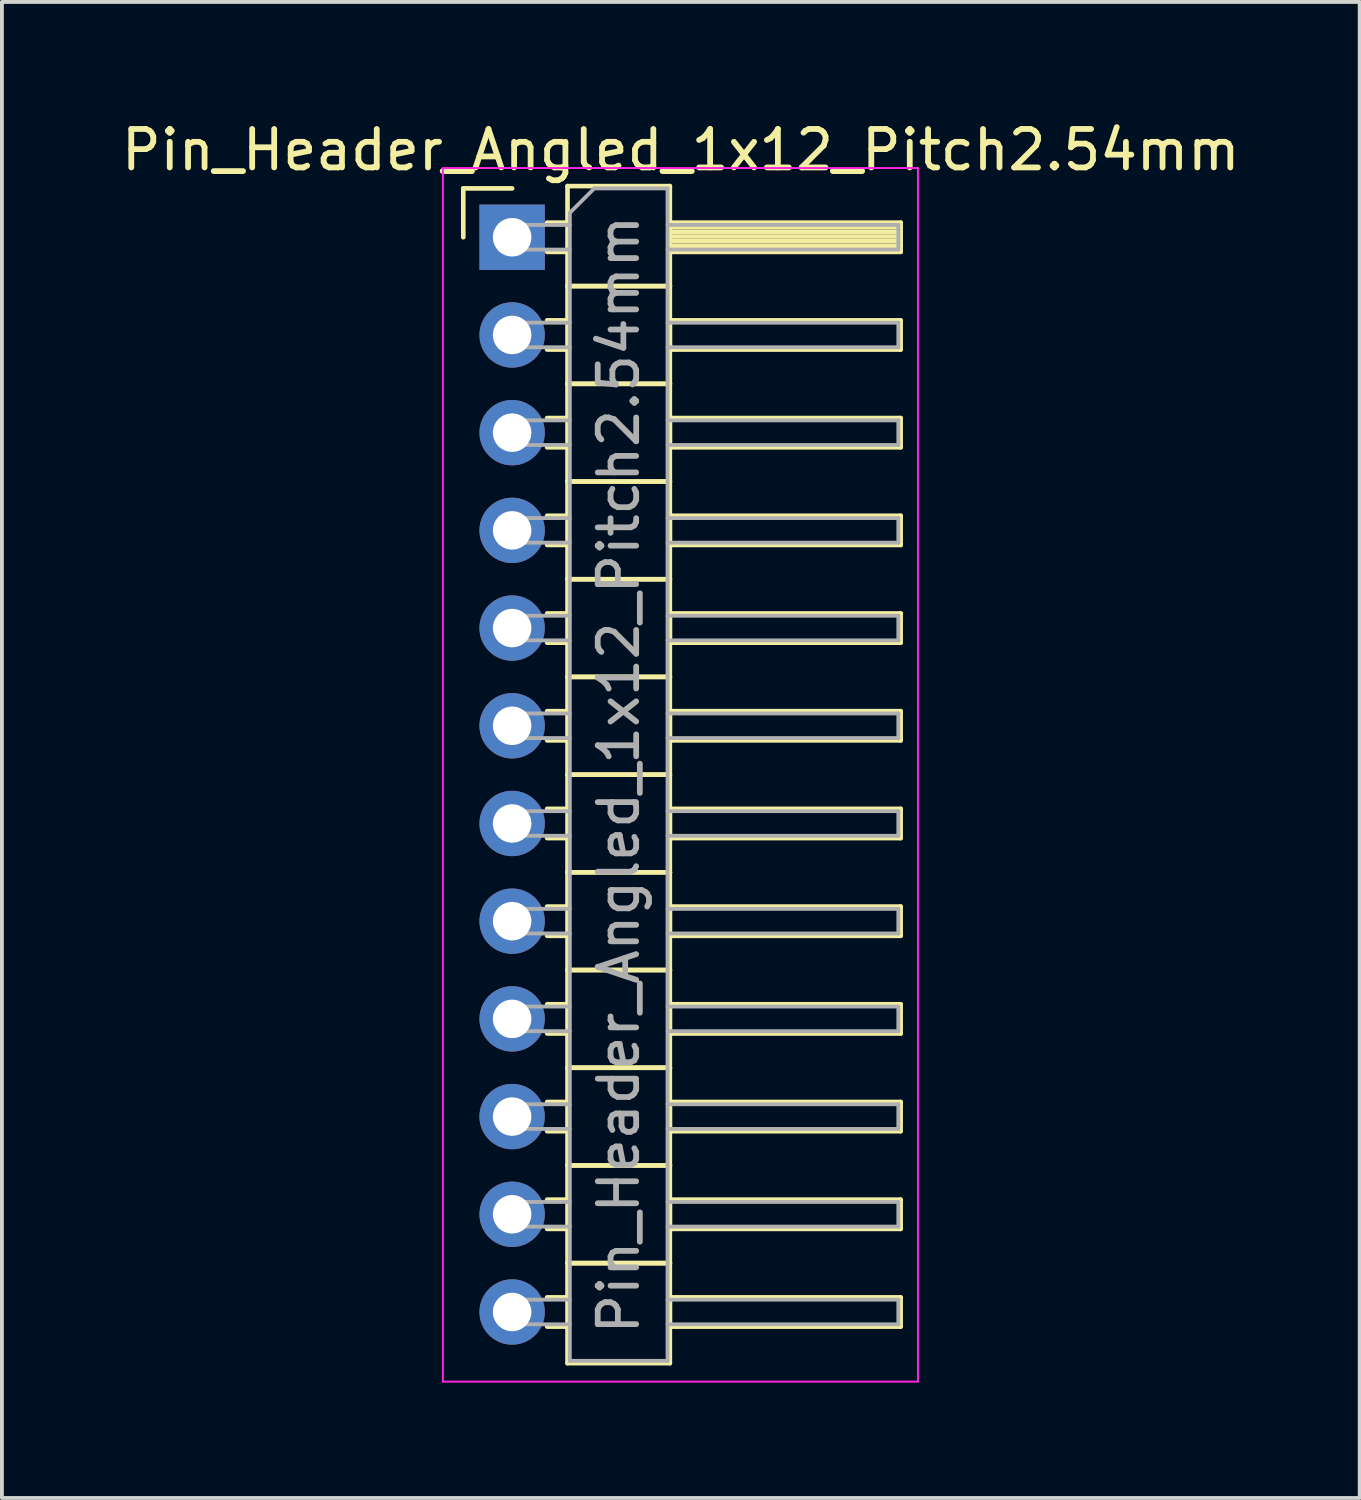
<source format=kicad_pcb>
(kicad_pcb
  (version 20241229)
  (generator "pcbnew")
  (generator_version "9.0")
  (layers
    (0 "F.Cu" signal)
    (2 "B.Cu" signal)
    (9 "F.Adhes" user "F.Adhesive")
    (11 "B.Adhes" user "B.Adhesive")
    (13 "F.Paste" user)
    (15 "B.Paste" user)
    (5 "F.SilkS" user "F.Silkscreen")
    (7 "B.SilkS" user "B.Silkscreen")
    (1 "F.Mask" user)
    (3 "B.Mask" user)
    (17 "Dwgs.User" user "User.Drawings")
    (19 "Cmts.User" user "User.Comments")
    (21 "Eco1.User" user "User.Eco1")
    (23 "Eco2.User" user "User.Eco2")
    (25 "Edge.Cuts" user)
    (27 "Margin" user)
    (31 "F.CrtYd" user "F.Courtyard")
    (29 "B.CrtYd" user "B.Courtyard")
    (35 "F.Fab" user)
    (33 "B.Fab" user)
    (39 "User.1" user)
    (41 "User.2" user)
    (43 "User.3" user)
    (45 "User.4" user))
  (footprint "Pin_Header_Angled_1x12_Pitch2.54mm"
    (layer "F.Cu")
    (at 10.264 3.118)
    (property "Reference" "Pin_Header_Angled_1x12_Pitch2.54mm" (at 4.385 -2.27 0) (layer "F.SilkS") (effects (font (size 1 1) (thickness 0.15))))
    (attr through_hole)
    (fp_line (start -1.27 -1.27) (end 0 -1.27) (stroke (width 0.12) (type solid)) (layer "F.SilkS"))
    (fp_line (start -1.27 0) (end -1.27 -1.27) (stroke (width 0.12) (type solid)) (layer "F.SilkS"))
    (fp_line (start 0.91 -0.38) (end 1.44 -0.38) (stroke (width 0.12) (type solid)) (layer "F.SilkS"))
    (fp_line (start 0.91 0.38) (end 1.44 0.38) (stroke (width 0.12) (type solid)) (layer "F.SilkS"))
    (fp_line (start 0.91 2.16) (end 1.44 2.16) (stroke (width 0.12) (type solid)) (layer "F.SilkS"))
    (fp_line (start 0.91 2.92) (end 1.44 2.92) (stroke (width 0.12) (type solid)) (layer "F.SilkS"))
    (fp_line (start 0.91 4.7) (end 1.44 4.7) (stroke (width 0.12) (type solid)) (layer "F.SilkS"))
    (fp_line (start 0.91 5.46) (end 1.44 5.46) (stroke (width 0.12) (type solid)) (layer "F.SilkS"))
    (fp_line (start 0.91 7.24) (end 1.44 7.24) (stroke (width 0.12) (type solid)) (layer "F.SilkS"))
    (fp_line (start 0.91 8) (end 1.44 8) (stroke (width 0.12) (type solid)) (layer "F.SilkS"))
    (fp_line (start 0.91 9.78) (end 1.44 9.78) (stroke (width 0.12) (type solid)) (layer "F.SilkS"))
    (fp_line (start 0.91 10.54) (end 1.44 10.54) (stroke (width 0.12) (type solid)) (layer "F.SilkS"))
    (fp_line (start 0.91 12.32) (end 1.44 12.32) (stroke (width 0.12) (type solid)) (layer "F.SilkS"))
    (fp_line (start 0.91 13.08) (end 1.44 13.08) (stroke (width 0.12) (type solid)) (layer "F.SilkS"))
    (fp_line (start 0.91 14.86) (end 1.44 14.86) (stroke (width 0.12) (type solid)) (layer "F.SilkS"))
    (fp_line (start 0.91 15.62) (end 1.44 15.62) (stroke (width 0.12) (type solid)) (layer "F.SilkS"))
    (fp_line (start 0.91 17.4) (end 1.44 17.4) (stroke (width 0.12) (type solid)) (layer "F.SilkS"))
    (fp_line (start 0.91 18.16) (end 1.44 18.16) (stroke (width 0.12) (type solid)) (layer "F.SilkS"))
    (fp_line (start 0.91 19.94) (end 1.44 19.94) (stroke (width 0.12) (type solid)) (layer "F.SilkS"))
    (fp_line (start 0.91 20.7) (end 1.44 20.7) (stroke (width 0.12) (type solid)) (layer "F.SilkS"))
    (fp_line (start 0.91 22.48) (end 1.44 22.48) (stroke (width 0.12) (type solid)) (layer "F.SilkS"))
    (fp_line (start 0.91 23.24) (end 1.44 23.24) (stroke (width 0.12) (type solid)) (layer "F.SilkS"))
    (fp_line (start 0.91 25.02) (end 1.44 25.02) (stroke (width 0.12) (type solid)) (layer "F.SilkS"))
    (fp_line (start 0.91 25.78) (end 1.44 25.78) (stroke (width 0.12) (type solid)) (layer "F.SilkS"))
    (fp_line (start 0.91 27.56) (end 1.44 27.56) (stroke (width 0.12) (type solid)) (layer "F.SilkS"))
    (fp_line (start 0.91 28.32) (end 1.44 28.32) (stroke (width 0.12) (type solid)) (layer "F.SilkS"))
    (fp_line (start 1.44 -1.33) (end 1.44 1.27) (stroke (width 0.12) (type solid)) (layer "F.SilkS"))
    (fp_line (start 1.44 1.27) (end 1.44 3.81) (stroke (width 0.12) (type solid)) (layer "F.SilkS"))
    (fp_line (start 1.44 1.27) (end 4.1 1.27) (stroke (width 0.12) (type solid)) (layer "F.SilkS"))
    (fp_line (start 1.44 3.81) (end 1.44 6.35) (stroke (width 0.12) (type solid)) (layer "F.SilkS"))
    (fp_line (start 1.44 3.81) (end 4.1 3.81) (stroke (width 0.12) (type solid)) (layer "F.SilkS"))
    (fp_line (start 1.44 6.35) (end 1.44 8.89) (stroke (width 0.12) (type solid)) (layer "F.SilkS"))
    (fp_line (start 1.44 6.35) (end 4.1 6.35) (stroke (width 0.12) (type solid)) (layer "F.SilkS"))
    (fp_line (start 1.44 8.89) (end 1.44 11.43) (stroke (width 0.12) (type solid)) (layer "F.SilkS"))
    (fp_line (start 1.44 8.89) (end 4.1 8.89) (stroke (width 0.12) (type solid)) (layer "F.SilkS"))
    (fp_line (start 1.44 11.43) (end 1.44 13.97) (stroke (width 0.12) (type solid)) (layer "F.SilkS"))
    (fp_line (start 1.44 11.43) (end 4.1 11.43) (stroke (width 0.12) (type solid)) (layer "F.SilkS"))
    (fp_line (start 1.44 13.97) (end 1.44 16.51) (stroke (width 0.12) (type solid)) (layer "F.SilkS"))
    (fp_line (start 1.44 13.97) (end 4.1 13.97) (stroke (width 0.12) (type solid)) (layer "F.SilkS"))
    (fp_line (start 1.44 16.51) (end 1.44 19.05) (stroke (width 0.12) (type solid)) (layer "F.SilkS"))
    (fp_line (start 1.44 16.51) (end 4.1 16.51) (stroke (width 0.12) (type solid)) (layer "F.SilkS"))
    (fp_line (start 1.44 19.05) (end 1.44 21.59) (stroke (width 0.12) (type solid)) (layer "F.SilkS"))
    (fp_line (start 1.44 19.05) (end 4.1 19.05) (stroke (width 0.12) (type solid)) (layer "F.SilkS"))
    (fp_line (start 1.44 21.59) (end 1.44 24.13) (stroke (width 0.12) (type solid)) (layer "F.SilkS"))
    (fp_line (start 1.44 21.59) (end 4.1 21.59) (stroke (width 0.12) (type solid)) (layer "F.SilkS"))
    (fp_line (start 1.44 24.13) (end 1.44 26.67) (stroke (width 0.12) (type solid)) (layer "F.SilkS"))
    (fp_line (start 1.44 24.13) (end 4.1 24.13) (stroke (width 0.12) (type solid)) (layer "F.SilkS"))
    (fp_line (start 1.44 26.67) (end 1.44 29.27) (stroke (width 0.12) (type solid)) (layer "F.SilkS"))
    (fp_line (start 1.44 26.67) (end 4.1 26.67) (stroke (width 0.12) (type solid)) (layer "F.SilkS"))
    (fp_line (start 1.44 29.27) (end 4.1 29.27) (stroke (width 0.12) (type solid)) (layer "F.SilkS"))
    (fp_line (start 4.1 -1.33) (end 1.44 -1.33) (stroke (width 0.12) (type solid)) (layer "F.SilkS"))
    (fp_line (start 4.1 -0.38) (end 4.1 0.38) (stroke (width 0.12) (type solid)) (layer "F.SilkS"))
    (fp_line (start 4.1 -0.26) (end 10.1 -0.26) (stroke (width 0.12) (type solid)) (layer "F.SilkS"))
    (fp_line (start 4.1 -0.14) (end 10.1 -0.14) (stroke (width 0.12) (type solid)) (layer "F.SilkS"))
    (fp_line (start 4.1 -0.02) (end 10.1 -0.02) (stroke (width 0.12) (type solid)) (layer "F.SilkS"))
    (fp_line (start 4.1 0.1) (end 10.1 0.1) (stroke (width 0.12) (type solid)) (layer "F.SilkS"))
    (fp_line (start 4.1 0.22) (end 10.1 0.22) (stroke (width 0.12) (type solid)) (layer "F.SilkS"))
    (fp_line (start 4.1 0.34) (end 10.1 0.34) (stroke (width 0.12) (type solid)) (layer "F.SilkS"))
    (fp_line (start 4.1 0.38) (end 10.1 0.38) (stroke (width 0.12) (type solid)) (layer "F.SilkS"))
    (fp_line (start 4.1 1.27) (end 1.44 1.27) (stroke (width 0.12) (type solid)) (layer "F.SilkS"))
    (fp_line (start 4.1 1.27) (end 4.1 -1.33) (stroke (width 0.12) (type solid)) (layer "F.SilkS"))
    (fp_line (start 4.1 2.16) (end 4.1 2.92) (stroke (width 0.12) (type solid)) (layer "F.SilkS"))
    (fp_line (start 4.1 2.92) (end 10.1 2.92) (stroke (width 0.12) (type solid)) (layer "F.SilkS"))
    (fp_line (start 4.1 3.81) (end 1.44 3.81) (stroke (width 0.12) (type solid)) (layer "F.SilkS"))
    (fp_line (start 4.1 3.81) (end 4.1 1.27) (stroke (width 0.12) (type solid)) (layer "F.SilkS"))
    (fp_line (start 4.1 4.7) (end 4.1 5.46) (stroke (width 0.12) (type solid)) (layer "F.SilkS"))
    (fp_line (start 4.1 5.46) (end 10.1 5.46) (stroke (width 0.12) (type solid)) (layer "F.SilkS"))
    (fp_line (start 4.1 6.35) (end 1.44 6.35) (stroke (width 0.12) (type solid)) (layer "F.SilkS"))
    (fp_line (start 4.1 6.35) (end 4.1 3.81) (stroke (width 0.12) (type solid)) (layer "F.SilkS"))
    (fp_line (start 4.1 7.24) (end 4.1 8) (stroke (width 0.12) (type solid)) (layer "F.SilkS"))
    (fp_line (start 4.1 8) (end 10.1 8) (stroke (width 0.12) (type solid)) (layer "F.SilkS"))
    (fp_line (start 4.1 8.89) (end 1.44 8.89) (stroke (width 0.12) (type solid)) (layer "F.SilkS"))
    (fp_line (start 4.1 8.89) (end 4.1 6.35) (stroke (width 0.12) (type solid)) (layer "F.SilkS"))
    (fp_line (start 4.1 9.78) (end 4.1 10.54) (stroke (width 0.12) (type solid)) (layer "F.SilkS"))
    (fp_line (start 4.1 10.54) (end 10.1 10.54) (stroke (width 0.12) (type solid)) (layer "F.SilkS"))
    (fp_line (start 4.1 11.43) (end 1.44 11.43) (stroke (width 0.12) (type solid)) (layer "F.SilkS"))
    (fp_line (start 4.1 11.43) (end 4.1 8.89) (stroke (width 0.12) (type solid)) (layer "F.SilkS"))
    (fp_line (start 4.1 12.32) (end 4.1 13.08) (stroke (width 0.12) (type solid)) (layer "F.SilkS"))
    (fp_line (start 4.1 13.08) (end 10.1 13.08) (stroke (width 0.12) (type solid)) (layer "F.SilkS"))
    (fp_line (start 4.1 13.97) (end 1.44 13.97) (stroke (width 0.12) (type solid)) (layer "F.SilkS"))
    (fp_line (start 4.1 13.97) (end 4.1 11.43) (stroke (width 0.12) (type solid)) (layer "F.SilkS"))
    (fp_line (start 4.1 14.86) (end 4.1 15.62) (stroke (width 0.12) (type solid)) (layer "F.SilkS"))
    (fp_line (start 4.1 15.62) (end 10.1 15.62) (stroke (width 0.12) (type solid)) (layer "F.SilkS"))
    (fp_line (start 4.1 16.51) (end 1.44 16.51) (stroke (width 0.12) (type solid)) (layer "F.SilkS"))
    (fp_line (start 4.1 16.51) (end 4.1 13.97) (stroke (width 0.12) (type solid)) (layer "F.SilkS"))
    (fp_line (start 4.1 17.4) (end 4.1 18.16) (stroke (width 0.12) (type solid)) (layer "F.SilkS"))
    (fp_line (start 4.1 18.16) (end 10.1 18.16) (stroke (width 0.12) (type solid)) (layer "F.SilkS"))
    (fp_line (start 4.1 19.05) (end 1.44 19.05) (stroke (width 0.12) (type solid)) (layer "F.SilkS"))
    (fp_line (start 4.1 19.05) (end 4.1 16.51) (stroke (width 0.12) (type solid)) (layer "F.SilkS"))
    (fp_line (start 4.1 19.94) (end 4.1 20.7) (stroke (width 0.12) (type solid)) (layer "F.SilkS"))
    (fp_line (start 4.1 20.7) (end 10.1 20.7) (stroke (width 0.12) (type solid)) (layer "F.SilkS"))
    (fp_line (start 4.1 21.59) (end 1.44 21.59) (stroke (width 0.12) (type solid)) (layer "F.SilkS"))
    (fp_line (start 4.1 21.59) (end 4.1 19.05) (stroke (width 0.12) (type solid)) (layer "F.SilkS"))
    (fp_line (start 4.1 22.48) (end 4.1 23.24) (stroke (width 0.12) (type solid)) (layer "F.SilkS"))
    (fp_line (start 4.1 23.24) (end 10.1 23.24) (stroke (width 0.12) (type solid)) (layer "F.SilkS"))
    (fp_line (start 4.1 24.13) (end 1.44 24.13) (stroke (width 0.12) (type solid)) (layer "F.SilkS"))
    (fp_line (start 4.1 24.13) (end 4.1 21.59) (stroke (width 0.12) (type solid)) (layer "F.SilkS"))
    (fp_line (start 4.1 25.02) (end 4.1 25.78) (stroke (width 0.12) (type solid)) (layer "F.SilkS"))
    (fp_line (start 4.1 25.78) (end 10.1 25.78) (stroke (width 0.12) (type solid)) (layer "F.SilkS"))
    (fp_line (start 4.1 26.67) (end 1.44 26.67) (stroke (width 0.12) (type solid)) (layer "F.SilkS"))
    (fp_line (start 4.1 26.67) (end 4.1 24.13) (stroke (width 0.12) (type solid)) (layer "F.SilkS"))
    (fp_line (start 4.1 27.56) (end 4.1 28.32) (stroke (width 0.12) (type solid)) (layer "F.SilkS"))
    (fp_line (start 4.1 28.32) (end 10.1 28.32) (stroke (width 0.12) (type solid)) (layer "F.SilkS"))
    (fp_line (start 4.1 29.27) (end 4.1 26.67) (stroke (width 0.12) (type solid)) (layer "F.SilkS"))
    (fp_line (start 10.1 -0.38) (end 4.1 -0.38) (stroke (width 0.12) (type solid)) (layer "F.SilkS"))
    (fp_line (start 10.1 0.38) (end 10.1 -0.38) (stroke (width 0.12) (type solid)) (layer "F.SilkS"))
    (fp_line (start 10.1 2.16) (end 4.1 2.16) (stroke (width 0.12) (type solid)) (layer "F.SilkS"))
    (fp_line (start 10.1 2.92) (end 10.1 2.16) (stroke (width 0.12) (type solid)) (layer "F.SilkS"))
    (fp_line (start 10.1 4.7) (end 4.1 4.7) (stroke (width 0.12) (type solid)) (layer "F.SilkS"))
    (fp_line (start 10.1 5.46) (end 10.1 4.7) (stroke (width 0.12) (type solid)) (layer "F.SilkS"))
    (fp_line (start 10.1 7.24) (end 4.1 7.24) (stroke (width 0.12) (type solid)) (layer "F.SilkS"))
    (fp_line (start 10.1 8) (end 10.1 7.24) (stroke (width 0.12) (type solid)) (layer "F.SilkS"))
    (fp_line (start 10.1 9.78) (end 4.1 9.78) (stroke (width 0.12) (type solid)) (layer "F.SilkS"))
    (fp_line (start 10.1 10.54) (end 10.1 9.78) (stroke (width 0.12) (type solid)) (layer "F.SilkS"))
    (fp_line (start 10.1 12.32) (end 4.1 12.32) (stroke (width 0.12) (type solid)) (layer "F.SilkS"))
    (fp_line (start 10.1 13.08) (end 10.1 12.32) (stroke (width 0.12) (type solid)) (layer "F.SilkS"))
    (fp_line (start 10.1 14.86) (end 4.1 14.86) (stroke (width 0.12) (type solid)) (layer "F.SilkS"))
    (fp_line (start 10.1 15.62) (end 10.1 14.86) (stroke (width 0.12) (type solid)) (layer "F.SilkS"))
    (fp_line (start 10.1 17.4) (end 4.1 17.4) (stroke (width 0.12) (type solid)) (layer "F.SilkS"))
    (fp_line (start 10.1 18.16) (end 10.1 17.4) (stroke (width 0.12) (type solid)) (layer "F.SilkS"))
    (fp_line (start 10.1 19.94) (end 4.1 19.94) (stroke (width 0.12) (type solid)) (layer "F.SilkS"))
    (fp_line (start 10.1 20.7) (end 10.1 19.94) (stroke (width 0.12) (type solid)) (layer "F.SilkS"))
    (fp_line (start 10.1 22.48) (end 4.1 22.48) (stroke (width 0.12) (type solid)) (layer "F.SilkS"))
    (fp_line (start 10.1 23.24) (end 10.1 22.48) (stroke (width 0.12) (type solid)) (layer "F.SilkS"))
    (fp_line (start 10.1 25.02) (end 4.1 25.02) (stroke (width 0.12) (type solid)) (layer "F.SilkS"))
    (fp_line (start 10.1 25.78) (end 10.1 25.02) (stroke (width 0.12) (type solid)) (layer "F.SilkS"))
    (fp_line (start 10.1 27.56) (end 4.1 27.56) (stroke (width 0.12) (type solid)) (layer "F.SilkS"))
    (fp_line (start 10.1 28.32) (end 10.1 27.56) (stroke (width 0.12) (type solid)) (layer "F.SilkS"))
    (fp_line (start -1.8 -1.8) (end -1.8 29.75) (stroke (width 0.05) (type solid)) (layer "F.CrtYd"))
    (fp_line (start -1.8 29.75) (end 10.55 29.75) (stroke (width 0.05) (type solid)) (layer "F.CrtYd"))
    (fp_line (start 10.55 -1.8) (end -1.8 -1.8) (stroke (width 0.05) (type solid)) (layer "F.CrtYd"))
    (fp_line (start 10.55 29.75) (end 10.55 -1.8) (stroke (width 0.05) (type solid)) (layer "F.CrtYd"))
    (fp_line (start -0.32 -0.32) (end -0.32 0.32) (stroke (width 0.1) (type solid)) (layer "F.Fab"))
    (fp_line (start -0.32 -0.32) (end 1.5 -0.32) (stroke (width 0.1) (type solid)) (layer "F.Fab"))
    (fp_line (start -0.32 0.32) (end 1.5 0.32) (stroke (width 0.1) (type solid)) (layer "F.Fab"))
    (fp_line (start -0.32 2.22) (end -0.32 2.86) (stroke (width 0.1) (type solid)) (layer "F.Fab"))
    (fp_line (start -0.32 2.22) (end 1.5 2.22) (stroke (width 0.1) (type solid)) (layer "F.Fab"))
    (fp_line (start -0.32 2.86) (end 1.5 2.86) (stroke (width 0.1) (type solid)) (layer "F.Fab"))
    (fp_line (start -0.32 4.76) (end -0.32 5.4) (stroke (width 0.1) (type solid)) (layer "F.Fab"))
    (fp_line (start -0.32 4.76) (end 1.5 4.76) (stroke (width 0.1) (type solid)) (layer "F.Fab"))
    (fp_line (start -0.32 5.4) (end 1.5 5.4) (stroke (width 0.1) (type solid)) (layer "F.Fab"))
    (fp_line (start -0.32 7.3) (end -0.32 7.94) (stroke (width 0.1) (type solid)) (layer "F.Fab"))
    (fp_line (start -0.32 7.3) (end 1.5 7.3) (stroke (width 0.1) (type solid)) (layer "F.Fab"))
    (fp_line (start -0.32 7.94) (end 1.5 7.94) (stroke (width 0.1) (type solid)) (layer "F.Fab"))
    (fp_line (start -0.32 9.84) (end -0.32 10.48) (stroke (width 0.1) (type solid)) (layer "F.Fab"))
    (fp_line (start -0.32 9.84) (end 1.5 9.84) (stroke (width 0.1) (type solid)) (layer "F.Fab"))
    (fp_line (start -0.32 10.48) (end 1.5 10.48) (stroke (width 0.1) (type solid)) (layer "F.Fab"))
    (fp_line (start -0.32 12.38) (end -0.32 13.02) (stroke (width 0.1) (type solid)) (layer "F.Fab"))
    (fp_line (start -0.32 12.38) (end 1.5 12.38) (stroke (width 0.1) (type solid)) (layer "F.Fab"))
    (fp_line (start -0.32 13.02) (end 1.5 13.02) (stroke (width 0.1) (type solid)) (layer "F.Fab"))
    (fp_line (start -0.32 14.92) (end -0.32 15.56) (stroke (width 0.1) (type solid)) (layer "F.Fab"))
    (fp_line (start -0.32 14.92) (end 1.5 14.92) (stroke (width 0.1) (type solid)) (layer "F.Fab"))
    (fp_line (start -0.32 15.56) (end 1.5 15.56) (stroke (width 0.1) (type solid)) (layer "F.Fab"))
    (fp_line (start -0.32 17.46) (end -0.32 18.1) (stroke (width 0.1) (type solid)) (layer "F.Fab"))
    (fp_line (start -0.32 17.46) (end 1.5 17.46) (stroke (width 0.1) (type solid)) (layer "F.Fab"))
    (fp_line (start -0.32 18.1) (end 1.5 18.1) (stroke (width 0.1) (type solid)) (layer "F.Fab"))
    (fp_line (start -0.32 20) (end -0.32 20.64) (stroke (width 0.1) (type solid)) (layer "F.Fab"))
    (fp_line (start -0.32 20) (end 1.5 20) (stroke (width 0.1) (type solid)) (layer "F.Fab"))
    (fp_line (start -0.32 20.64) (end 1.5 20.64) (stroke (width 0.1) (type solid)) (layer "F.Fab"))
    (fp_line (start -0.32 22.54) (end -0.32 23.18) (stroke (width 0.1) (type solid)) (layer "F.Fab"))
    (fp_line (start -0.32 22.54) (end 1.5 22.54) (stroke (width 0.1) (type solid)) (layer "F.Fab"))
    (fp_line (start -0.32 23.18) (end 1.5 23.18) (stroke (width 0.1) (type solid)) (layer "F.Fab"))
    (fp_line (start -0.32 25.08) (end -0.32 25.72) (stroke (width 0.1) (type solid)) (layer "F.Fab"))
    (fp_line (start -0.32 25.08) (end 1.5 25.08) (stroke (width 0.1) (type solid)) (layer "F.Fab"))
    (fp_line (start -0.32 25.72) (end 1.5 25.72) (stroke (width 0.1) (type solid)) (layer "F.Fab"))
    (fp_line (start -0.32 27.62) (end -0.32 28.26) (stroke (width 0.1) (type solid)) (layer "F.Fab"))
    (fp_line (start -0.32 27.62) (end 1.5 27.62) (stroke (width 0.1) (type solid)) (layer "F.Fab"))
    (fp_line (start -0.32 28.26) (end 1.5 28.26) (stroke (width 0.1) (type solid)) (layer "F.Fab"))
    (fp_line (start 1.5 -0.635) (end 2.135 -1.27) (stroke (width 0.1) (type solid)) (layer "F.Fab"))
    (fp_line (start 1.5 29.21) (end 1.5 -0.635) (stroke (width 0.1) (type solid)) (layer "F.Fab"))
    (fp_line (start 2.135 -1.27) (end 4.04 -1.27) (stroke (width 0.1) (type solid)) (layer "F.Fab"))
    (fp_line (start 4.04 -1.27) (end 4.04 29.21) (stroke (width 0.1) (type solid)) (layer "F.Fab"))
    (fp_line (start 4.04 -0.32) (end 10.04 -0.32) (stroke (width 0.1) (type solid)) (layer "F.Fab"))
    (fp_line (start 4.04 0.32) (end 10.04 0.32) (stroke (width 0.1) (type solid)) (layer "F.Fab"))
    (fp_line (start 4.04 2.22) (end 10.04 2.22) (stroke (width 0.1) (type solid)) (layer "F.Fab"))
    (fp_line (start 4.04 2.86) (end 10.04 2.86) (stroke (width 0.1) (type solid)) (layer "F.Fab"))
    (fp_line (start 4.04 4.76) (end 10.04 4.76) (stroke (width 0.1) (type solid)) (layer "F.Fab"))
    (fp_line (start 4.04 5.4) (end 10.04 5.4) (stroke (width 0.1) (type solid)) (layer "F.Fab"))
    (fp_line (start 4.04 7.3) (end 10.04 7.3) (stroke (width 0.1) (type solid)) (layer "F.Fab"))
    (fp_line (start 4.04 7.94) (end 10.04 7.94) (stroke (width 0.1) (type solid)) (layer "F.Fab"))
    (fp_line (start 4.04 9.84) (end 10.04 9.84) (stroke (width 0.1) (type solid)) (layer "F.Fab"))
    (fp_line (start 4.04 10.48) (end 10.04 10.48) (stroke (width 0.1) (type solid)) (layer "F.Fab"))
    (fp_line (start 4.04 12.38) (end 10.04 12.38) (stroke (width 0.1) (type solid)) (layer "F.Fab"))
    (fp_line (start 4.04 13.02) (end 10.04 13.02) (stroke (width 0.1) (type solid)) (layer "F.Fab"))
    (fp_line (start 4.04 14.92) (end 10.04 14.92) (stroke (width 0.1) (type solid)) (layer "F.Fab"))
    (fp_line (start 4.04 15.56) (end 10.04 15.56) (stroke (width 0.1) (type solid)) (layer "F.Fab"))
    (fp_line (start 4.04 17.46) (end 10.04 17.46) (stroke (width 0.1) (type solid)) (layer "F.Fab"))
    (fp_line (start 4.04 18.1) (end 10.04 18.1) (stroke (width 0.1) (type solid)) (layer "F.Fab"))
    (fp_line (start 4.04 20) (end 10.04 20) (stroke (width 0.1) (type solid)) (layer "F.Fab"))
    (fp_line (start 4.04 20.64) (end 10.04 20.64) (stroke (width 0.1) (type solid)) (layer "F.Fab"))
    (fp_line (start 4.04 22.54) (end 10.04 22.54) (stroke (width 0.1) (type solid)) (layer "F.Fab"))
    (fp_line (start 4.04 23.18) (end 10.04 23.18) (stroke (width 0.1) (type solid)) (layer "F.Fab"))
    (fp_line (start 4.04 25.08) (end 10.04 25.08) (stroke (width 0.1) (type solid)) (layer "F.Fab"))
    (fp_line (start 4.04 25.72) (end 10.04 25.72) (stroke (width 0.1) (type solid)) (layer "F.Fab"))
    (fp_line (start 4.04 27.62) (end 10.04 27.62) (stroke (width 0.1) (type solid)) (layer "F.Fab"))
    (fp_line (start 4.04 28.26) (end 10.04 28.26) (stroke (width 0.1) (type solid)) (layer "F.Fab"))
    (fp_line (start 4.04 29.21) (end 1.5 29.21) (stroke (width 0.1) (type solid)) (layer "F.Fab"))
    (fp_line (start 10.04 -0.32) (end 10.04 0.32) (stroke (width 0.1) (type solid)) (layer "F.Fab"))
    (fp_line (start 10.04 2.22) (end 10.04 2.86) (stroke (width 0.1) (type solid)) (layer "F.Fab"))
    (fp_line (start 10.04 4.76) (end 10.04 5.4) (stroke (width 0.1) (type solid)) (layer "F.Fab"))
    (fp_line (start 10.04 7.3) (end 10.04 7.94) (stroke (width 0.1) (type solid)) (layer "F.Fab"))
    (fp_line (start 10.04 9.84) (end 10.04 10.48) (stroke (width 0.1) (type solid)) (layer "F.Fab"))
    (fp_line (start 10.04 12.38) (end 10.04 13.02) (stroke (width 0.1) (type solid)) (layer "F.Fab"))
    (fp_line (start 10.04 14.92) (end 10.04 15.56) (stroke (width 0.1) (type solid)) (layer "F.Fab"))
    (fp_line (start 10.04 17.46) (end 10.04 18.1) (stroke (width 0.1) (type solid)) (layer "F.Fab"))
    (fp_line (start 10.04 20) (end 10.04 20.64) (stroke (width 0.1) (type solid)) (layer "F.Fab"))
    (fp_line (start 10.04 22.54) (end 10.04 23.18) (stroke (width 0.1) (type solid)) (layer "F.Fab"))
    (fp_line (start 10.04 25.08) (end 10.04 25.72) (stroke (width 0.1) (type solid)) (layer "F.Fab"))
    (fp_line (start 10.04 27.62) (end 10.04 28.26) (stroke (width 0.1) (type solid)) (layer "F.Fab"))
    (fp_text user "${REFERENCE}" (at 2.77 13.97 90) (layer "F.Fab") (effects (font (size 1 1) (thickness 0.15))))
    (pad "1" thru_hole rect (at 0 0) (size 1.7 1.7) (drill 1) (layers "*.Cu" "*.Mask"))
    (pad "2" thru_hole oval (at 0 2.54) (size 1.7 1.7) (drill 1) (layers "*.Cu" "*.Mask"))
    (pad "3" thru_hole oval (at 0 5.08) (size 1.7 1.7) (drill 1) (layers "*.Cu" "*.Mask"))
    (pad "4" thru_hole oval (at 0 7.62) (size 1.7 1.7) (drill 1) (layers "*.Cu" "*.Mask"))
    (pad "5" thru_hole oval (at 0 10.16) (size 1.7 1.7) (drill 1) (layers "*.Cu" "*.Mask"))
    (pad "6" thru_hole oval (at 0 12.7) (size 1.7 1.7) (drill 1) (layers "*.Cu" "*.Mask"))
    (pad "7" thru_hole oval (at 0 15.24) (size 1.7 1.7) (drill 1) (layers "*.Cu" "*.Mask"))
    (pad "8" thru_hole oval (at 0 17.78) (size 1.7 1.7) (drill 1) (layers "*.Cu" "*.Mask"))
    (pad "9" thru_hole oval (at 0 20.32) (size 1.7 1.7) (drill 1) (layers "*.Cu" "*.Mask"))
    (pad "10" thru_hole oval (at 0 22.86) (size 1.7 1.7) (drill 1) (layers "*.Cu" "*.Mask"))
    (pad "11" thru_hole oval (at 0 25.4) (size 1.7 1.7) (drill 1) (layers "*.Cu" "*.Mask"))
    (pad "12" thru_hole oval (at 0 27.94) (size 1.7 1.7) (drill 1) (layers "*.Cu" "*.Mask")))
  (gr_rect
    (start -3 -3)
    (end 32.298 35.893)
    (stroke (width 0.1) (type default))
    (fill no)
    (layer "Edge.Cuts")))
</source>
